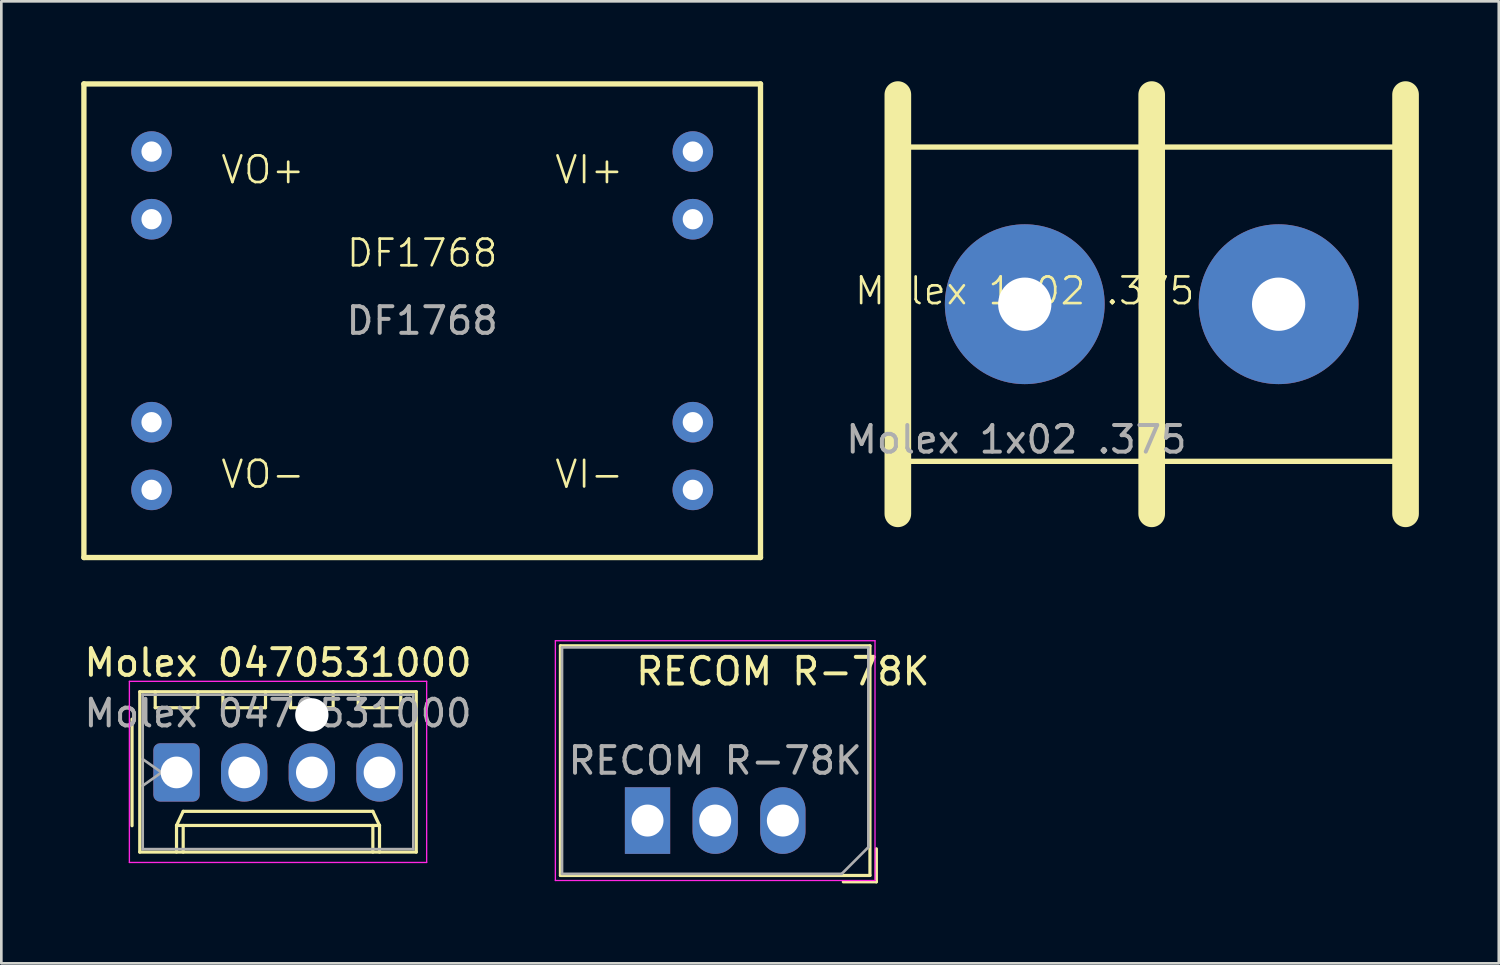
<source format=kicad_pcb>
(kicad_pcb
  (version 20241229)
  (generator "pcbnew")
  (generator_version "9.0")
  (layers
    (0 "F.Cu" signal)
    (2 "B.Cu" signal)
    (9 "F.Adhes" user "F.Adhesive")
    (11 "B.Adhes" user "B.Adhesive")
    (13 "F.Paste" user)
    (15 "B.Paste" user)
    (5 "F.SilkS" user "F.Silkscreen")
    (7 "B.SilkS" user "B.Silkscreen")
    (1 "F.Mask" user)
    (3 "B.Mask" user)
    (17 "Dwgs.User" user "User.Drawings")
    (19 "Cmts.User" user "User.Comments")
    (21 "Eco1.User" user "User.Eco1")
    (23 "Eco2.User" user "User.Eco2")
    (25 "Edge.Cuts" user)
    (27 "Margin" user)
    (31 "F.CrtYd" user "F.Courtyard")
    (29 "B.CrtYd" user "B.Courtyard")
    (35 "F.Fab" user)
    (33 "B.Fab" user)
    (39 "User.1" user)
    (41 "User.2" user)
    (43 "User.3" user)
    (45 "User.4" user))
  (footprint "Molex 0470531000"
    (layer "F.Cu")
    (at 3.577 25.948)
    (property "Reference" "Molex 0470531000" (at 3.81 -4.12 0) (layer "F.SilkS") (effects (font (size 1 1) (thickness 0.15))))
    (attr through_hole)
    (fp_line (start -1.67 -2) (end -1.67 2) (stroke (width 0.12) (type solid)) (layer "F.SilkS"))
    (fp_line (start -1.38 -3.03) (end -1.38 2.99) (stroke (width 0.12) (type solid)) (layer "F.SilkS"))
    (fp_line (start -1.38 2.99) (end 9 2.99) (stroke (width 0.12) (type solid)) (layer "F.SilkS"))
    (fp_line (start -0.8 -3.03) (end -0.8 -2.43) (stroke (width 0.12) (type solid)) (layer "F.SilkS"))
    (fp_line (start -0.8 -2.43) (end 0.8 -2.43) (stroke (width 0.12) (type solid)) (layer "F.SilkS"))
    (fp_line (start 0 1.99) (end 0.25 1.46) (stroke (width 0.12) (type solid)) (layer "F.SilkS"))
    (fp_line (start 0 1.99) (end 7.62 1.99) (stroke (width 0.12) (type solid)) (layer "F.SilkS"))
    (fp_line (start 0 2.99) (end 0 1.99) (stroke (width 0.12) (type solid)) (layer "F.SilkS"))
    (fp_line (start 0.25 1.46) (end 7.37 1.46) (stroke (width 0.12) (type solid)) (layer "F.SilkS"))
    (fp_line (start 0.25 2.99) (end 0.25 1.99) (stroke (width 0.12) (type solid)) (layer "F.SilkS"))
    (fp_line (start 0.8 -2.43) (end 0.8 -3.03) (stroke (width 0.12) (type solid)) (layer "F.SilkS"))
    (fp_line (start 1.74 -3.03) (end 1.74 -2.43) (stroke (width 0.12) (type solid)) (layer "F.SilkS"))
    (fp_line (start 1.74 -2.43) (end 3.34 -2.43) (stroke (width 0.12) (type solid)) (layer "F.SilkS"))
    (fp_line (start 3.34 -2.43) (end 3.34 -3.03) (stroke (width 0.12) (type solid)) (layer "F.SilkS"))
    (fp_line (start 4.28 -3.03) (end 4.28 -2.43) (stroke (width 0.12) (type solid)) (layer "F.SilkS"))
    (fp_line (start 4.28 -2.43) (end 5.88 -2.43) (stroke (width 0.12) (type solid)) (layer "F.SilkS"))
    (fp_line (start 5.88 -2.43) (end 5.88 -3.03) (stroke (width 0.12) (type solid)) (layer "F.SilkS"))
    (fp_line (start 6.82 -3.03) (end 6.82 -2.43) (stroke (width 0.12) (type solid)) (layer "F.SilkS"))
    (fp_line (start 6.82 -2.43) (end 8.42 -2.43) (stroke (width 0.12) (type solid)) (layer "F.SilkS"))
    (fp_line (start 7.37 1.46) (end 7.62 1.99) (stroke (width 0.12) (type solid)) (layer "F.SilkS"))
    (fp_line (start 7.37 2.99) (end 7.37 1.99) (stroke (width 0.12) (type solid)) (layer "F.SilkS"))
    (fp_line (start 7.62 1.99) (end 7.62 2.99) (stroke (width 0.12) (type solid)) (layer "F.SilkS"))
    (fp_line (start 8.42 -2.43) (end 8.42 -3.03) (stroke (width 0.12) (type solid)) (layer "F.SilkS"))
    (fp_line (start 9 -3.03) (end -1.38 -3.03) (stroke (width 0.12) (type solid)) (layer "F.SilkS"))
    (fp_line (start 9 2.99) (end 9 -3.03) (stroke (width 0.12) (type solid)) (layer "F.SilkS"))
    (fp_line (start -1.77 -3.42) (end -1.77 3.38) (stroke (width 0.05) (type solid)) (layer "F.CrtYd"))
    (fp_line (start -1.77 3.38) (end 9.39 3.38) (stroke (width 0.05) (type solid)) (layer "F.CrtYd"))
    (fp_line (start 9.39 -3.42) (end -1.77 -3.42) (stroke (width 0.05) (type solid)) (layer "F.CrtYd"))
    (fp_line (start 9.39 3.38) (end 9.39 -3.42) (stroke (width 0.05) (type solid)) (layer "F.CrtYd"))
    (fp_line (start -1.27 -2.92) (end -1.27 2.88) (stroke (width 0.1) (type solid)) (layer "F.Fab"))
    (fp_line (start -1.27 -0.5) (end -0.563 0) (stroke (width 0.1) (type solid)) (layer "F.Fab"))
    (fp_line (start -1.27 2.88) (end 8.89 2.88) (stroke (width 0.1) (type solid)) (layer "F.Fab"))
    (fp_line (start -0.563 0) (end -1.27 0.5) (stroke (width 0.1) (type solid)) (layer "F.Fab"))
    (fp_line (start 8.89 -2.92) (end -1.27 -2.92) (stroke (width 0.1) (type solid)) (layer "F.Fab"))
    (fp_line (start 8.89 2.88) (end 8.89 -2.92) (stroke (width 0.1) (type solid)) (layer "F.Fab"))
    (fp_text user "${REFERENCE}" (at 3.81 -2.22 0) (layer "F.Fab") (effects (font (size 1 1) (thickness 0.15))))
    (pad "" np_thru_hole circle (at 5.08 -2.16) (size 1.25 1.25) (drill 1.25) (layers "*.Cu" "*.Mask"))
    (pad "1" thru_hole roundrect (at 0 0) (size 1.74 2.19) (drill 1.19) (layers "*.Cu" "*.Mask") (roundrect_rratio 0.144))
    (pad "2" thru_hole oval (at 2.54 0) (size 1.74 2.19) (drill 1.19) (layers "*.Cu" "*.Mask"))
    (pad "3" thru_hole oval (at 5.08 0) (size 1.74 2.19) (drill 1.19) (layers "*.Cu" "*.Mask"))
    (pad "4" thru_hole oval (at 7.62 0) (size 1.74 2.19) (drill 1.19) (layers "*.Cu" "*.Mask")))
  (footprint "DF1768"
    (layer "F.Cu")
    (at 12.8 8.99)
    (property "Reference" "DF1768" (at 0 -2.54 0) (unlocked yes) (layer "F.SilkS") (effects (font (size 1 1) (thickness 0.1))))
    (attr through_hole)
    (fp_line (start -12.7 -8.89) (end 12.7 -8.89) (stroke (width 0.2) (type default)) (layer "F.SilkS"))
    (fp_line (start -12.7 8.89) (end -12.7 -8.89) (stroke (width 0.2) (type default)) (layer "F.SilkS"))
    (fp_line (start 12.7 -8.89) (end 12.7 8.89) (stroke (width 0.2) (type default)) (layer "F.SilkS"))
    (fp_line (start 12.7 8.89) (end -12.7 8.89) (stroke (width 0.2) (type default)) (layer "F.SilkS"))
    (fp_text user "VO-" (at -7.62 6.35 0) (unlocked yes) (layer "F.SilkS") (effects (font (size 1 1) (thickness 0.1)) (justify left bottom)))
    (fp_text user "VI+" (at 7.62 -5.08 0) (unlocked yes) (layer "F.SilkS") (effects (font (size 1 1) (thickness 0.1)) (justify right bottom)))
    (fp_text user "VO+" (at -7.62 -5.08 0) (unlocked yes) (layer "F.SilkS") (effects (font (size 1 1) (thickness 0.1)) (justify left bottom)))
    (fp_text user "VI-" (at 7.62 6.35 0) (unlocked yes) (layer "F.SilkS") (effects (font (size 1 1) (thickness 0.1)) (justify right bottom)))
    (fp_text user "${REFERENCE}" (at 0 0 0) (unlocked yes) (layer "F.Fab") (effects (font (size 1 1) (thickness 0.15))))
    (pad "1" thru_hole circle (at -10.16 -6.35) (size 1.524 1.524) (drill 0.762) (layers "*.Cu" "*.Mask"))
    (pad "2" thru_hole circle (at -10.16 -3.81) (size 1.524 1.524) (drill 0.762) (layers "*.Cu" "*.Mask"))
    (pad "3" thru_hole circle (at -10.16 3.81) (size 1.524 1.524) (drill 0.762) (layers "*.Cu" "*.Mask"))
    (pad "4" thru_hole circle (at -10.16 6.35) (size 1.524 1.524) (drill 0.762) (layers "*.Cu" "*.Mask"))
    (pad "5" thru_hole circle (at 10.16 6.35) (size 1.524 1.524) (drill 0.762) (layers "*.Cu" "*.Mask"))
    (pad "6" thru_hole circle (at 10.16 3.81) (size 1.524 1.524) (drill 0.762) (layers "*.Cu" "*.Mask"))
    (pad "7" thru_hole circle (at 10.16 -3.81) (size 1.524 1.524) (drill 0.762) (layers "*.Cu" "*.Mask"))
    (pad "8" thru_hole circle (at 10.16 -6.35) (size 1.524 1.524) (drill 0.762) (layers "*.Cu" "*.Mask")))
  (footprint "Molex 1x02 .375"
    (layer "F.Cu")
    (at 40.186 8.37)
    (property "Reference" "Molex 1x02 .375" (at -4.765 -0.5 0) (unlocked yes) (layer "F.SilkS") (effects (font (size 1 1) (thickness 0.1))))
    (attr through_hole)
    (fp_line (start -9.53 -7.87) (end -9.53 7.87) (stroke (width 1) (type default)) (layer "F.SilkS"))
    (fp_line (start -9.53 5.9) (end 9.53 5.9) (stroke (width 0.2) (type default)) (layer "F.SilkS"))
    (fp_line (start 0 -7.87) (end 0 7.87) (stroke (width 1) (type default)) (layer "F.SilkS"))
    (fp_line (start 9.53 -5.9) (end -9.53 -5.9) (stroke (width 0.2) (type default)) (layer "F.SilkS"))
    (fp_line (start 9.53 7.87) (end 9.53 -7.87) (stroke (width 1) (type default)) (layer "F.SilkS"))
    (fp_text user "${REFERENCE}" (at -5.08 5.08 0) (unlocked yes) (layer "F.Fab") (effects (font (size 1 1) (thickness 0.15))))
    (pad "1" thru_hole circle (at -4.765 0) (size 6 6) (drill 2) (layers "*.Cu" "*.Mask"))
    (pad "2" thru_hole circle (at 4.765 0) (size 6 6) (drill 2) (layers "*.Cu" "*.Mask")))
  (footprint "RECOM R-78K"
    (layer "F.Cu")
    (at 23.799 25.215)
    (property "Reference" "RECOM R-78K" (at 2.54 -3.06 180) (layer "F.SilkS") (effects (font (size 1 1) (thickness 0.15))))
    (attr through_hole)
    (fp_line (start -5.81 4.6) (end -5.81 -4.02) (stroke (width 0.12) (type solid)) (layer "F.SilkS"))
    (fp_line (start 5.81 -4.02) (end -5.81 -4.02) (stroke (width 0.12) (type solid)) (layer "F.SilkS"))
    (fp_line (start 5.81 4.6) (end -5.81 4.6) (stroke (width 0.12) (type solid)) (layer "F.SilkS"))
    (fp_line (start 5.81 4.6) (end 5.81 -4.02) (stroke (width 0.12) (type solid)) (layer "F.SilkS"))
    (fp_line (start 6.05 3.6) (end 6.05 4.84) (stroke (width 0.12) (type solid)) (layer "F.SilkS"))
    (fp_line (start 6.05 4.84) (end 4.81 4.84) (stroke (width 0.12) (type solid)) (layer "F.SilkS"))
    (fp_line (start -6 -4.21) (end -6 4.79) (stroke (width 0.05) (type solid)) (layer "F.CrtYd"))
    (fp_line (start -6 4.79) (end 6 4.79) (stroke (width 0.05) (type solid)) (layer "F.CrtYd"))
    (fp_line (start 6 -4.21) (end -6 -4.21) (stroke (width 0.05) (type solid)) (layer "F.CrtYd"))
    (fp_line (start 6 4.79) (end 6 -4.21) (stroke (width 0.05) (type solid)) (layer "F.CrtYd"))
    (fp_line (start -5.75 -3.96) (end 5.75 -3.96) (stroke (width 0.1) (type solid)) (layer "F.Fab"))
    (fp_line (start -5.75 4.54) (end -5.75 -3.96) (stroke (width 0.1) (type solid)) (layer "F.Fab"))
    (fp_line (start 4.75 4.54) (end -5.75 4.54) (stroke (width 0.1) (type solid)) (layer "F.Fab"))
    (fp_line (start 5.75 -3.96) (end 5.75 3.54) (stroke (width 0.1) (type solid)) (layer "F.Fab"))
    (fp_line (start 5.75 3.54) (end 4.75 4.54) (stroke (width 0.1) (type solid)) (layer "F.Fab"))
    (fp_text user "${REFERENCE}" (at 0 0.29 0) (layer "F.Fab") (effects (font (size 1 1) (thickness 0.15))))
    (pad "1" thru_hole rect (at -2.54 2.54 180) (size 1.7 2.5) (drill 1.2) (layers "*.Cu" "*.Mask"))
    (pad "2" thru_hole oval (at 0 2.54 180) (size 1.7 2.5) (drill 1.2) (layers "*.Cu" "*.Mask"))
    (pad "3" thru_hole oval (at 2.54 2.54 180) (size 1.7 2.5) (drill 1.2) (layers "*.Cu" "*.Mask")))
  (gr_rect
    (start -3 -3)
    (end 53.216 33.115)
    (stroke (width 0.1) (type default))
    (fill no)
    (layer "Edge.Cuts")))
</source>
